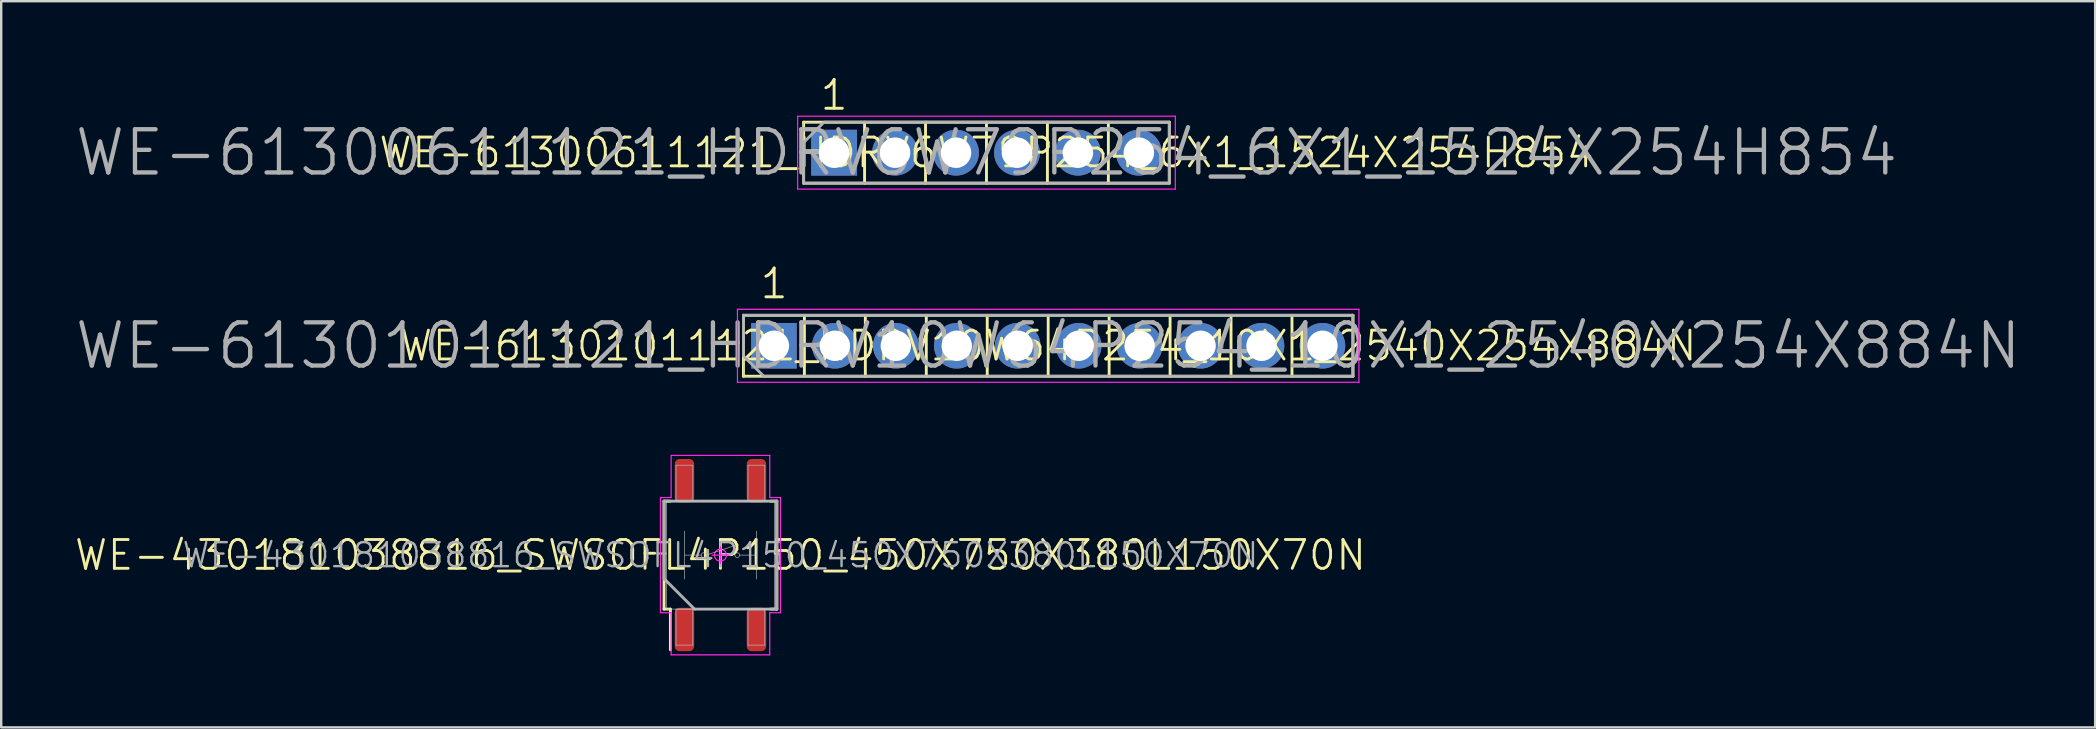
<source format=kicad_pcb>
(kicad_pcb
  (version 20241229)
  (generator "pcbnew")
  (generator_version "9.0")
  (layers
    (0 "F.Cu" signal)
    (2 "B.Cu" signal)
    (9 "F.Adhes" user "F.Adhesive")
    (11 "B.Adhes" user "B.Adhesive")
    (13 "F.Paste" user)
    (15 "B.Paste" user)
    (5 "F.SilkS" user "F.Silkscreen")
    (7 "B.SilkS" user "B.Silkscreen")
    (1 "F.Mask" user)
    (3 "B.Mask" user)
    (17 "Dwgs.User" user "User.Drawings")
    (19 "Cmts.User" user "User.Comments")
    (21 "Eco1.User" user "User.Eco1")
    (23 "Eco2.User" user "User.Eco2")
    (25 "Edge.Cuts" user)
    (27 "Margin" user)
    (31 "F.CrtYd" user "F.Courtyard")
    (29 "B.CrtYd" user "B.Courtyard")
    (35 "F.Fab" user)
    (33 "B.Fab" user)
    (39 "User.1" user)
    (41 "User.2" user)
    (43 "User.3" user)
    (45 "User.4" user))
  (footprint "WE-61300611121_HDRV6W79P254_6X1_1524X254H854"
    (layer "F.Cu")
    (at 31.711 3.313)
    (property "Reference" "WE-61300611121_HDRV6W79P254_6X1_1524X254H854" (at 6.35 0 0) (layer "F.SilkS") (effects (font (size 1.2 1.2) (thickness 0.12))))
    (attr through_hole)
    (fp_line (start -1.27 -1.27) (end 13.97 -1.27) (stroke (width 0.12) (type solid)) (layer "F.SilkS"))
    (fp_line (start -1.27 1.27) (end -1.27 -1.27) (stroke (width 0.12) (type solid)) (layer "F.SilkS"))
    (fp_line (start 1.27 1.27) (end 1.27 -1.27) (stroke (width 0.12) (type solid)) (layer "F.SilkS"))
    (fp_line (start 3.81 1.27) (end 3.81 -1.27) (stroke (width 0.12) (type solid)) (layer "F.SilkS"))
    (fp_line (start 6.35 1.27) (end 6.35 -1.27) (stroke (width 0.12) (type solid)) (layer "F.SilkS"))
    (fp_line (start 8.89 1.27) (end 8.89 -1.27) (stroke (width 0.12) (type solid)) (layer "F.SilkS"))
    (fp_line (start 11.43 1.27) (end 11.43 -1.27) (stroke (width 0.12) (type solid)) (layer "F.SilkS"))
    (fp_line (start 13.97 -1.27) (end 13.97 1.27) (stroke (width 0.12) (type solid)) (layer "F.SilkS"))
    (fp_line (start 13.97 1.27) (end -1.27 1.27) (stroke (width 0.12) (type solid)) (layer "F.SilkS"))
    (fp_line (start -1.27 -1.27) (end 13.97 -1.27) (stroke (width 0.025) (type solid)) (layer "Dwgs.User"))
    (fp_line (start -1.27 1.27) (end -1.27 -1.27) (stroke (width 0.025) (type solid)) (layer "Dwgs.User"))
    (fp_line (start -0.395 -0.395) (end 0.395 -0.395) (stroke (width 0.025) (type solid)) (layer "Dwgs.User"))
    (fp_line (start -0.395 0.395) (end -0.395 -0.395) (stroke (width 0.025) (type solid)) (layer "Dwgs.User"))
    (fp_line (start 0.395 -0.395) (end 0.395 0.395) (stroke (width 0.025) (type solid)) (layer "Dwgs.User"))
    (fp_line (start 0.395 0.395) (end -0.395 0.395) (stroke (width 0.025) (type solid)) (layer "Dwgs.User"))
    (fp_line (start 2.145 -0.395) (end 2.935 -0.395) (stroke (width 0.025) (type solid)) (layer "Dwgs.User"))
    (fp_line (start 2.145 0.395) (end 2.145 -0.395) (stroke (width 0.025) (type solid)) (layer "Dwgs.User"))
    (fp_line (start 2.935 -0.395) (end 2.935 0.395) (stroke (width 0.025) (type solid)) (layer "Dwgs.User"))
    (fp_line (start 2.935 0.395) (end 2.145 0.395) (stroke (width 0.025) (type solid)) (layer "Dwgs.User"))
    (fp_line (start 4.685 -0.395) (end 5.475 -0.395) (stroke (width 0.025) (type solid)) (layer "Dwgs.User"))
    (fp_line (start 4.685 0.395) (end 4.685 -0.395) (stroke (width 0.025) (type solid)) (layer "Dwgs.User"))
    (fp_line (start 5.475 -0.395) (end 5.475 0.395) (stroke (width 0.025) (type solid)) (layer "Dwgs.User"))
    (fp_line (start 5.475 0.395) (end 4.685 0.395) (stroke (width 0.025) (type solid)) (layer "Dwgs.User"))
    (fp_line (start 7.225 -0.395) (end 8.015 -0.395) (stroke (width 0.025) (type solid)) (layer "Dwgs.User"))
    (fp_line (start 7.225 0.395) (end 7.225 -0.395) (stroke (width 0.025) (type solid)) (layer "Dwgs.User"))
    (fp_line (start 8.015 -0.395) (end 8.015 0.395) (stroke (width 0.025) (type solid)) (layer "Dwgs.User"))
    (fp_line (start 8.015 0.395) (end 7.225 0.395) (stroke (width 0.025) (type solid)) (layer "Dwgs.User"))
    (fp_line (start 9.765 -0.395) (end 10.555 -0.395) (stroke (width 0.025) (type solid)) (layer "Dwgs.User"))
    (fp_line (start 9.765 0.395) (end 9.765 -0.395) (stroke (width 0.025) (type solid)) (layer "Dwgs.User"))
    (fp_line (start 10.555 -0.395) (end 10.555 0.395) (stroke (width 0.025) (type solid)) (layer "Dwgs.User"))
    (fp_line (start 10.555 0.395) (end 9.765 0.395) (stroke (width 0.025) (type solid)) (layer "Dwgs.User"))
    (fp_line (start 12.305 -0.395) (end 13.095 -0.395) (stroke (width 0.025) (type solid)) (layer "Dwgs.User"))
    (fp_line (start 12.305 0.395) (end 12.305 -0.395) (stroke (width 0.025) (type solid)) (layer "Dwgs.User"))
    (fp_line (start 13.095 -0.395) (end 13.095 0.395) (stroke (width 0.025) (type solid)) (layer "Dwgs.User"))
    (fp_line (start 13.095 0.395) (end 12.305 0.395) (stroke (width 0.025) (type solid)) (layer "Dwgs.User"))
    (fp_line (start 13.97 -1.27) (end 13.97 1.27) (stroke (width 0.025) (type solid)) (layer "Dwgs.User"))
    (fp_line (start 13.97 1.27) (end -1.27 1.27) (stroke (width 0.025) (type solid)) (layer "Dwgs.User"))
    (fp_line (start -1.52 -1.52) (end 14.22 -1.52) (stroke (width 0.05) (type solid)) (layer "F.CrtYd"))
    (fp_line (start -1.52 1.52) (end -1.52 -1.52) (stroke (width 0.05) (type solid)) (layer "F.CrtYd"))
    (fp_line (start 0 -0.35) (end 0 0.35) (stroke (width 0.05) (type solid)) (layer "F.CrtYd"))
    (fp_line (start 0.35 0) (end -0.35 0) (stroke (width 0.05) (type solid)) (layer "F.CrtYd"))
    (fp_line (start 14.22 -1.52) (end 14.22 1.52) (stroke (width 0.05) (type solid)) (layer "F.CrtYd"))
    (fp_line (start 14.22 1.52) (end -1.52 1.52) (stroke (width 0.05) (type solid)) (layer "F.CrtYd"))
    (fp_circle (center 0 0) (end 0 0.25) (stroke (width 0.05) (type solid)) (fill no) (layer "F.CrtYd"))
    (fp_line (start -1.27 -0.423) (end -0.423 -1.27) (stroke (width 0.12) (type solid)) (layer "F.Fab"))
    (fp_line (start -1.27 1.27) (end -1.27 -0.423) (stroke (width 0.12) (type solid)) (layer "F.Fab"))
    (fp_line (start -0.423 -1.27) (end 13.97 -1.27) (stroke (width 0.12) (type solid)) (layer "F.Fab"))
    (fp_line (start 13.97 -1.27) (end 13.97 1.27) (stroke (width 0.12) (type solid)) (layer "F.Fab"))
    (fp_line (start 13.97 1.27) (end -1.27 1.27) (stroke (width 0.12) (type solid)) (layer "F.Fab"))
    (fp_text user "1" (at 0 -2.4 0) (layer "F.SilkS") (effects (font (size 1.2 1.2) (thickness 0.12))))
    (fp_text user "${REFERENCE}" (at 6.35 0 0) (layer "F.Fab") (effects (font (size 1.8 1.8) (thickness 0.18))))
    (pad "1" thru_hole rect (at 0 0) (size 1.91 1.91) (drill 1.27) (layers "*.Cu" "*.Mask"))
    (pad "2" thru_hole circle (at 2.54 0) (size 1.91 1.91) (drill 1.27) (layers "*.Cu" "*.Mask"))
    (pad "3" thru_hole circle (at 5.08 0) (size 1.91 1.91) (drill 1.27) (layers "*.Cu" "*.Mask"))
    (pad "4" thru_hole circle (at 7.62 0) (size 1.91 1.91) (drill 1.27) (layers "*.Cu" "*.Mask"))
    (pad "5" thru_hole circle (at 10.16 0) (size 1.91 1.91) (drill 1.27) (layers "*.Cu" "*.Mask"))
    (pad "6" thru_hole circle (at 12.7 0) (size 1.91 1.91) (drill 1.27) (layers "*.Cu" "*.Mask")))
  (footprint "WE-430181038816_SWSOFL4P150_450X750X380L150X70N"
    (layer "F.Cu")
    (at 26.974 20.085)
    (property "Reference" "WE-430181038816_SWSOFL4P150_450X750X380L150X70N" (at 0 0 0) (layer "F.SilkS") (effects (font (size 1.2 1.2) (thickness 0.12))))
    (attr smd)
    (fp_line (start -2.35 -2.25) (end -2.085 -2.25) (stroke (width 0.12) (type solid)) (layer "F.SilkS"))
    (fp_line (start -2.35 2.25) (end -2.35 -2.25) (stroke (width 0.12) (type solid)) (layer "F.SilkS"))
    (fp_line (start -2.085 2.25) (end -2.35 2.25) (stroke (width 0.12) (type solid)) (layer "F.SilkS"))
    (fp_line (start -2.085 2.25) (end -2.085 3.945) (stroke (width 0.12) (type solid)) (layer "F.SilkS"))
    (fp_line (start 2.085 2.25) (end 2.35 2.25) (stroke (width 0.12) (type solid)) (layer "F.SilkS"))
    (fp_line (start 2.35 -2.25) (end 2.085 -2.25) (stroke (width 0.12) (type solid)) (layer "F.SilkS"))
    (fp_line (start 2.35 2.25) (end 2.35 -2.25) (stroke (width 0.12) (type solid)) (layer "F.SilkS"))
    (fp_line (start -2.25 -2.25) (end 2.25 -2.25) (stroke (width 0.025) (type solid)) (layer "Dwgs.User"))
    (fp_line (start -2.25 2.25) (end -2.25 -2.25) (stroke (width 0.025) (type solid)) (layer "Dwgs.User"))
    (fp_line (start -1.85 -3.75) (end -1.15 -3.75) (stroke (width 0.025) (type solid)) (layer "Dwgs.User"))
    (fp_line (start -1.85 -2.25) (end -1.85 -3.75) (stroke (width 0.025) (type solid)) (layer "Dwgs.User"))
    (fp_line (start -1.85 2.25) (end -1.15 2.25) (stroke (width 0.025) (type solid)) (layer "Dwgs.User"))
    (fp_line (start -1.85 3.75) (end -1.85 2.25) (stroke (width 0.025) (type solid)) (layer "Dwgs.User"))
    (fp_line (start -1.5 -1) (end -1.5 1) (stroke (width 0.025) (type solid)) (layer "Dwgs.User"))
    (fp_line (start -1.5 0) (end -0.8 0) (stroke (width 0.025) (type solid)) (layer "Dwgs.User"))
    (fp_line (start -1.15 -3.75) (end -1.15 -2.25) (stroke (width 0.025) (type solid)) (layer "Dwgs.User"))
    (fp_line (start -1.15 -2.25) (end -1.85 -2.25) (stroke (width 0.025) (type solid)) (layer "Dwgs.User"))
    (fp_line (start -1.15 2.25) (end -1.15 3.75) (stroke (width 0.025) (type solid)) (layer "Dwgs.User"))
    (fp_line (start -1.15 3.75) (end -1.85 3.75) (stroke (width 0.025) (type solid)) (layer "Dwgs.User"))
    (fp_line (start -0.6 0) (end 0.6 -0.4) (stroke (width 0.025) (type solid)) (layer "Dwgs.User"))
    (fp_line (start 0.8 0) (end 1.5 0) (stroke (width 0.025) (type solid)) (layer "Dwgs.User"))
    (fp_line (start 1.15 -3.75) (end 1.85 -3.75) (stroke (width 0.025) (type solid)) (layer "Dwgs.User"))
    (fp_line (start 1.15 -2.25) (end 1.15 -3.75) (stroke (width 0.025) (type solid)) (layer "Dwgs.User"))
    (fp_line (start 1.15 2.25) (end 1.85 2.25) (stroke (width 0.025) (type solid)) (layer "Dwgs.User"))
    (fp_line (start 1.15 3.75) (end 1.15 2.25) (stroke (width 0.025) (type solid)) (layer "Dwgs.User"))
    (fp_line (start 1.5 -1) (end 1.5 1) (stroke (width 0.025) (type solid)) (layer "Dwgs.User"))
    (fp_line (start 1.85 -3.75) (end 1.85 -2.25) (stroke (width 0.025) (type solid)) (layer "Dwgs.User"))
    (fp_line (start 1.85 -2.25) (end 1.15 -2.25) (stroke (width 0.025) (type solid)) (layer "Dwgs.User"))
    (fp_line (start 1.85 2.25) (end 1.85 3.75) (stroke (width 0.025) (type solid)) (layer "Dwgs.User"))
    (fp_line (start 1.85 3.75) (end 1.15 3.75) (stroke (width 0.025) (type solid)) (layer "Dwgs.User"))
    (fp_line (start 2.25 -2.25) (end 2.25 2.25) (stroke (width 0.025) (type solid)) (layer "Dwgs.User"))
    (fp_line (start 2.25 2.25) (end -2.25 2.25) (stroke (width 0.025) (type solid)) (layer "Dwgs.User"))
    (fp_circle (center -0.7 0) (end -0.6 0) (stroke (width 0.025) (type solid)) (fill no) (layer "Dwgs.User"))
    (fp_circle (center 0.7 0) (end 0.8 0) (stroke (width 0.025) (type solid)) (fill no) (layer "Dwgs.User"))
    (fp_line (start -2.5 -2.4) (end -2.5 2.4) (stroke (width 0.05) (type solid)) (layer "F.CrtYd"))
    (fp_line (start -2.5 2.4) (end -2.055 2.4) (stroke (width 0.05) (type solid)) (layer "F.CrtYd"))
    (fp_line (start -2.055 -4.155) (end -2.055 -2.4) (stroke (width 0.05) (type solid)) (layer "F.CrtYd"))
    (fp_line (start -2.055 -2.4) (end -2.5 -2.4) (stroke (width 0.05) (type solid)) (layer "F.CrtYd"))
    (fp_line (start -2.055 2.4) (end -2.055 4.155) (stroke (width 0.05) (type solid)) (layer "F.CrtYd"))
    (fp_line (start -2.055 4.155) (end 2.055 4.155) (stroke (width 0.05) (type solid)) (layer "F.CrtYd"))
    (fp_line (start -0.35 0) (end 0.35 0) (stroke (width 0.05) (type solid)) (layer "F.CrtYd"))
    (fp_line (start 0 -0.35) (end 0 0.35) (stroke (width 0.05) (type solid)) (layer "F.CrtYd"))
    (fp_line (start 2.055 -4.155) (end -2.055 -4.155) (stroke (width 0.05) (type solid)) (layer "F.CrtYd"))
    (fp_line (start 2.055 -2.4) (end 2.055 -4.155) (stroke (width 0.05) (type solid)) (layer "F.CrtYd"))
    (fp_line (start 2.055 2.4) (end 2.5 2.4) (stroke (width 0.05) (type solid)) (layer "F.CrtYd"))
    (fp_line (start 2.055 4.155) (end 2.055 2.4) (stroke (width 0.05) (type solid)) (layer "F.CrtYd"))
    (fp_line (start 2.5 -2.4) (end 2.055 -2.4) (stroke (width 0.05) (type solid)) (layer "F.CrtYd"))
    (fp_line (start 2.5 2.4) (end 2.5 -2.4) (stroke (width 0.05) (type solid)) (layer "F.CrtYd"))
    (fp_circle (center 0 0) (end 0 0.25) (stroke (width 0.05) (type solid)) (fill no) (layer "F.CrtYd"))
    (fp_line (start -2.35 -2.25) (end 2.35 -2.25) (stroke (width 0.12) (type solid)) (layer "F.Fab"))
    (fp_line (start -2.35 0.98) (end -2.35 -2.25) (stroke (width 0.12) (type solid)) (layer "F.Fab"))
    (fp_line (start -1.08 2.25) (end -2.35 0.98) (stroke (width 0.12) (type solid)) (layer "F.Fab"))
    (fp_line (start 2.35 -2.25) (end 2.35 2.25) (stroke (width 0.12) (type solid)) (layer "F.Fab"))
    (fp_line (start 2.35 2.25) (end -1.08 2.25) (stroke (width 0.12) (type solid)) (layer "F.Fab"))
    (fp_text user "${REFERENCE}" (at 0 0 0) (layer "F.Fab") (effects (font (size 1 1) (thickness 0.1))))
    (pad "1" smd roundrect (at -1.5 3.1 90) (size 1.81 0.81) (layers "F.Cu" "F.Mask" "F.Paste") (roundrect_rratio 0.25))
    (pad "2" smd roundrect (at -1.5 -3.1 90) (size 1.81 0.81) (layers "F.Cu" "F.Mask" "F.Paste") (roundrect_rratio 0.25))
    (pad "3" smd roundrect (at 1.5 3.1 90) (size 1.81 0.81) (layers "F.Cu" "F.Mask" "F.Paste") (roundrect_rratio 0.25))
    (pad "4" smd roundrect (at 1.5 -3.1 90) (size 1.81 0.81) (layers "F.Cu" "F.Mask" "F.Paste") (roundrect_rratio 0.25)))
  (footprint "WE-61301011121_HDRV10W64P254_10X1_2540X254X884N"
    (layer "F.Cu")
    (at 29.203 11.36)
    (property "Reference" "WE-61301011121_HDRV10W64P254_10X1_2540X254X884N" (at 11.43 0 0) (layer "F.SilkS") (effects (font (size 1.2 1.2) (thickness 0.12))))
    (attr through_hole)
    (fp_line (start -1.27 -1.27) (end 24.13 -1.27) (stroke (width 0.12) (type solid)) (layer "F.SilkS"))
    (fp_line (start -1.27 1.27) (end -1.27 -1.27) (stroke (width 0.12) (type solid)) (layer "F.SilkS"))
    (fp_line (start 1.27 -1.27) (end 1.27 1.27) (stroke (width 0.12) (type solid)) (layer "F.SilkS"))
    (fp_line (start 3.81 -1.27) (end 3.81 1.27) (stroke (width 0.12) (type solid)) (layer "F.SilkS"))
    (fp_line (start 6.35 -1.27) (end 6.35 1.27) (stroke (width 0.12) (type solid)) (layer "F.SilkS"))
    (fp_line (start 8.89 -1.27) (end 8.89 1.27) (stroke (width 0.12) (type solid)) (layer "F.SilkS"))
    (fp_line (start 11.43 -1.27) (end 11.43 1.27) (stroke (width 0.12) (type solid)) (layer "F.SilkS"))
    (fp_line (start 13.97 -1.27) (end 13.97 1.27) (stroke (width 0.12) (type solid)) (layer "F.SilkS"))
    (fp_line (start 16.51 -1.27) (end 16.51 1.27) (stroke (width 0.12) (type solid)) (layer "F.SilkS"))
    (fp_line (start 19.05 -1.27) (end 19.05 1.27) (stroke (width 0.12) (type solid)) (layer "F.SilkS"))
    (fp_line (start 21.59 -1.27) (end 21.59 1.27) (stroke (width 0.12) (type solid)) (layer "F.SilkS"))
    (fp_line (start 24.13 -1.27) (end 24.13 1.27) (stroke (width 0.12) (type solid)) (layer "F.SilkS"))
    (fp_line (start 24.13 1.27) (end -1.27 1.27) (stroke (width 0.12) (type solid)) (layer "F.SilkS"))
    (fp_line (start -1.27 -1.27) (end 24.13 -1.27) (stroke (width 0.025) (type solid)) (layer "Dwgs.User"))
    (fp_line (start -1.27 1.27) (end -1.27 -1.27) (stroke (width 0.025) (type solid)) (layer "Dwgs.User"))
    (fp_line (start -0.395 -0.395) (end 0.395 -0.395) (stroke (width 0.025) (type solid)) (layer "Dwgs.User"))
    (fp_line (start -0.395 0.395) (end -0.395 -0.395) (stroke (width 0.025) (type solid)) (layer "Dwgs.User"))
    (fp_line (start 0.395 -0.395) (end 0.395 0.395) (stroke (width 0.025) (type solid)) (layer "Dwgs.User"))
    (fp_line (start 0.395 0.395) (end -0.395 0.395) (stroke (width 0.025) (type solid)) (layer "Dwgs.User"))
    (fp_line (start 2.145 -0.395) (end 2.935 -0.395) (stroke (width 0.025) (type solid)) (layer "Dwgs.User"))
    (fp_line (start 2.145 0.395) (end 2.145 -0.395) (stroke (width 0.025) (type solid)) (layer "Dwgs.User"))
    (fp_line (start 2.935 -0.395) (end 2.935 0.395) (stroke (width 0.025) (type solid)) (layer "Dwgs.User"))
    (fp_line (start 2.935 0.395) (end 2.145 0.395) (stroke (width 0.025) (type solid)) (layer "Dwgs.User"))
    (fp_line (start 4.685 -0.395) (end 5.475 -0.395) (stroke (width 0.025) (type solid)) (layer "Dwgs.User"))
    (fp_line (start 4.685 0.395) (end 4.685 -0.395) (stroke (width 0.025) (type solid)) (layer "Dwgs.User"))
    (fp_line (start 5.475 -0.395) (end 5.475 0.395) (stroke (width 0.025) (type solid)) (layer "Dwgs.User"))
    (fp_line (start 5.475 0.395) (end 4.685 0.395) (stroke (width 0.025) (type solid)) (layer "Dwgs.User"))
    (fp_line (start 7.225 -0.395) (end 8.015 -0.395) (stroke (width 0.025) (type solid)) (layer "Dwgs.User"))
    (fp_line (start 7.225 0.395) (end 7.225 -0.395) (stroke (width 0.025) (type solid)) (layer "Dwgs.User"))
    (fp_line (start 8.015 -0.395) (end 8.015 0.395) (stroke (width 0.025) (type solid)) (layer "Dwgs.User"))
    (fp_line (start 8.015 0.395) (end 7.225 0.395) (stroke (width 0.025) (type solid)) (layer "Dwgs.User"))
    (fp_line (start 9.765 -0.395) (end 10.555 -0.395) (stroke (width 0.025) (type solid)) (layer "Dwgs.User"))
    (fp_line (start 9.765 0.395) (end 9.765 -0.395) (stroke (width 0.025) (type solid)) (layer "Dwgs.User"))
    (fp_line (start 10.555 -0.395) (end 10.555 0.395) (stroke (width 0.025) (type solid)) (layer "Dwgs.User"))
    (fp_line (start 10.555 0.395) (end 9.765 0.395) (stroke (width 0.025) (type solid)) (layer "Dwgs.User"))
    (fp_line (start 12.305 -0.395) (end 13.095 -0.395) (stroke (width 0.025) (type solid)) (layer "Dwgs.User"))
    (fp_line (start 12.305 0.395) (end 12.305 -0.395) (stroke (width 0.025) (type solid)) (layer "Dwgs.User"))
    (fp_line (start 13.095 -0.395) (end 13.095 0.395) (stroke (width 0.025) (type solid)) (layer "Dwgs.User"))
    (fp_line (start 13.095 0.395) (end 12.305 0.395) (stroke (width 0.025) (type solid)) (layer "Dwgs.User"))
    (fp_line (start 14.845 -0.395) (end 15.635 -0.395) (stroke (width 0.025) (type solid)) (layer "Dwgs.User"))
    (fp_line (start 14.845 0.395) (end 14.845 -0.395) (stroke (width 0.025) (type solid)) (layer "Dwgs.User"))
    (fp_line (start 15.635 -0.395) (end 15.635 0.395) (stroke (width 0.025) (type solid)) (layer "Dwgs.User"))
    (fp_line (start 15.635 0.395) (end 14.845 0.395) (stroke (width 0.025) (type solid)) (layer "Dwgs.User"))
    (fp_line (start 17.385 -0.395) (end 18.175 -0.395) (stroke (width 0.025) (type solid)) (layer "Dwgs.User"))
    (fp_line (start 17.385 0.395) (end 17.385 -0.395) (stroke (width 0.025) (type solid)) (layer "Dwgs.User"))
    (fp_line (start 18.175 -0.395) (end 18.175 0.395) (stroke (width 0.025) (type solid)) (layer "Dwgs.User"))
    (fp_line (start 18.175 0.395) (end 17.385 0.395) (stroke (width 0.025) (type solid)) (layer "Dwgs.User"))
    (fp_line (start 19.925 -0.395) (end 20.715 -0.395) (stroke (width 0.025) (type solid)) (layer "Dwgs.User"))
    (fp_line (start 19.925 0.395) (end 19.925 -0.395) (stroke (width 0.025) (type solid)) (layer "Dwgs.User"))
    (fp_line (start 20.715 -0.395) (end 20.715 0.395) (stroke (width 0.025) (type solid)) (layer "Dwgs.User"))
    (fp_line (start 20.715 0.395) (end 19.925 0.395) (stroke (width 0.025) (type solid)) (layer "Dwgs.User"))
    (fp_line (start 22.465 -0.395) (end 23.255 -0.395) (stroke (width 0.025) (type solid)) (layer "Dwgs.User"))
    (fp_line (start 22.465 0.395) (end 22.465 -0.395) (stroke (width 0.025) (type solid)) (layer "Dwgs.User"))
    (fp_line (start 23.255 -0.395) (end 23.255 0.395) (stroke (width 0.025) (type solid)) (layer "Dwgs.User"))
    (fp_line (start 23.255 0.395) (end 22.465 0.395) (stroke (width 0.025) (type solid)) (layer "Dwgs.User"))
    (fp_line (start 24.13 -1.27) (end 24.13 1.27) (stroke (width 0.025) (type solid)) (layer "Dwgs.User"))
    (fp_line (start 24.13 1.27) (end -1.27 1.27) (stroke (width 0.025) (type solid)) (layer "Dwgs.User"))
    (fp_line (start -1.52 -1.52) (end 24.38 -1.52) (stroke (width 0.05) (type solid)) (layer "F.CrtYd"))
    (fp_line (start -1.52 1.52) (end -1.52 -1.52) (stroke (width 0.05) (type solid)) (layer "F.CrtYd"))
    (fp_line (start 0 -0.35) (end 0 0.35) (stroke (width 0.05) (type solid)) (layer "F.CrtYd"))
    (fp_line (start 0.35 0) (end -0.35 0) (stroke (width 0.05) (type solid)) (layer "F.CrtYd"))
    (fp_line (start 24.38 -1.52) (end 24.38 1.52) (stroke (width 0.05) (type solid)) (layer "F.CrtYd"))
    (fp_line (start 24.38 1.52) (end -1.52 1.52) (stroke (width 0.05) (type solid)) (layer "F.CrtYd"))
    (fp_circle (center 0 0) (end 0 0.25) (stroke (width 0.05) (type solid)) (fill no) (layer "F.CrtYd"))
    (fp_line (start -1.27 -1.27) (end -1.27 0.423) (stroke (width 0.12) (type solid)) (layer "F.Fab"))
    (fp_line (start -1.27 0.423) (end -0.423 1.27) (stroke (width 0.12) (type solid)) (layer "F.Fab"))
    (fp_line (start -0.423 1.27) (end 24.13 1.27) (stroke (width 0.12) (type solid)) (layer "F.Fab"))
    (fp_line (start 24.13 -1.27) (end -1.27 -1.27) (stroke (width 0.12) (type solid)) (layer "F.Fab"))
    (fp_line (start 24.13 1.27) (end 24.13 -1.27) (stroke (width 0.12) (type solid)) (layer "F.Fab"))
    (fp_text user "1" (at 0.01 -2.59 0) (layer "F.SilkS") (effects (font (size 1.2 1.2) (thickness 0.12))))
    (fp_text user "${REFERENCE}" (at 11.43 0 0) (layer "F.Fab") (effects (font (size 1.8 1.8) (thickness 0.18))))
    (pad "1" thru_hole rect (at 0 0) (size 1.9 1.9) (drill 1.267) (layers "*.Cu" "*.Mask"))
    (pad "2" thru_hole circle (at 2.54 0) (size 1.9 1.9) (drill 1.267) (layers "*.Cu" "*.Mask"))
    (pad "3" thru_hole circle (at 5.08 0) (size 1.9 1.9) (drill 1.267) (layers "*.Cu" "*.Mask"))
    (pad "4" thru_hole circle (at 7.62 0) (size 1.9 1.9) (drill 1.267) (layers "*.Cu" "*.Mask"))
    (pad "5" thru_hole circle (at 10.16 0) (size 1.9 1.9) (drill 1.267) (layers "*.Cu" "*.Mask"))
    (pad "6" thru_hole circle (at 12.7 0) (size 1.9 1.9) (drill 1.267) (layers "*.Cu" "*.Mask"))
    (pad "7" thru_hole circle (at 15.24 0) (size 1.9 1.9) (drill 1.267) (layers "*.Cu" "*.Mask"))
    (pad "8" thru_hole circle (at 17.78 0) (size 1.9 1.9) (drill 1.267) (layers "*.Cu" "*.Mask"))
    (pad "9" thru_hole circle (at 20.32 0) (size 1.9 1.9) (drill 1.267) (layers "*.Cu" "*.Mask"))
    (pad "10" thru_hole circle (at 22.86 0) (size 1.9 1.9) (drill 1.267) (layers "*.Cu" "*.Mask")))
  (gr_rect
    (start -3 -3)
    (end 84.266 27.265)
    (stroke (width 0.1) (type default))
    (fill no)
    (layer "Edge.Cuts")))
</source>
